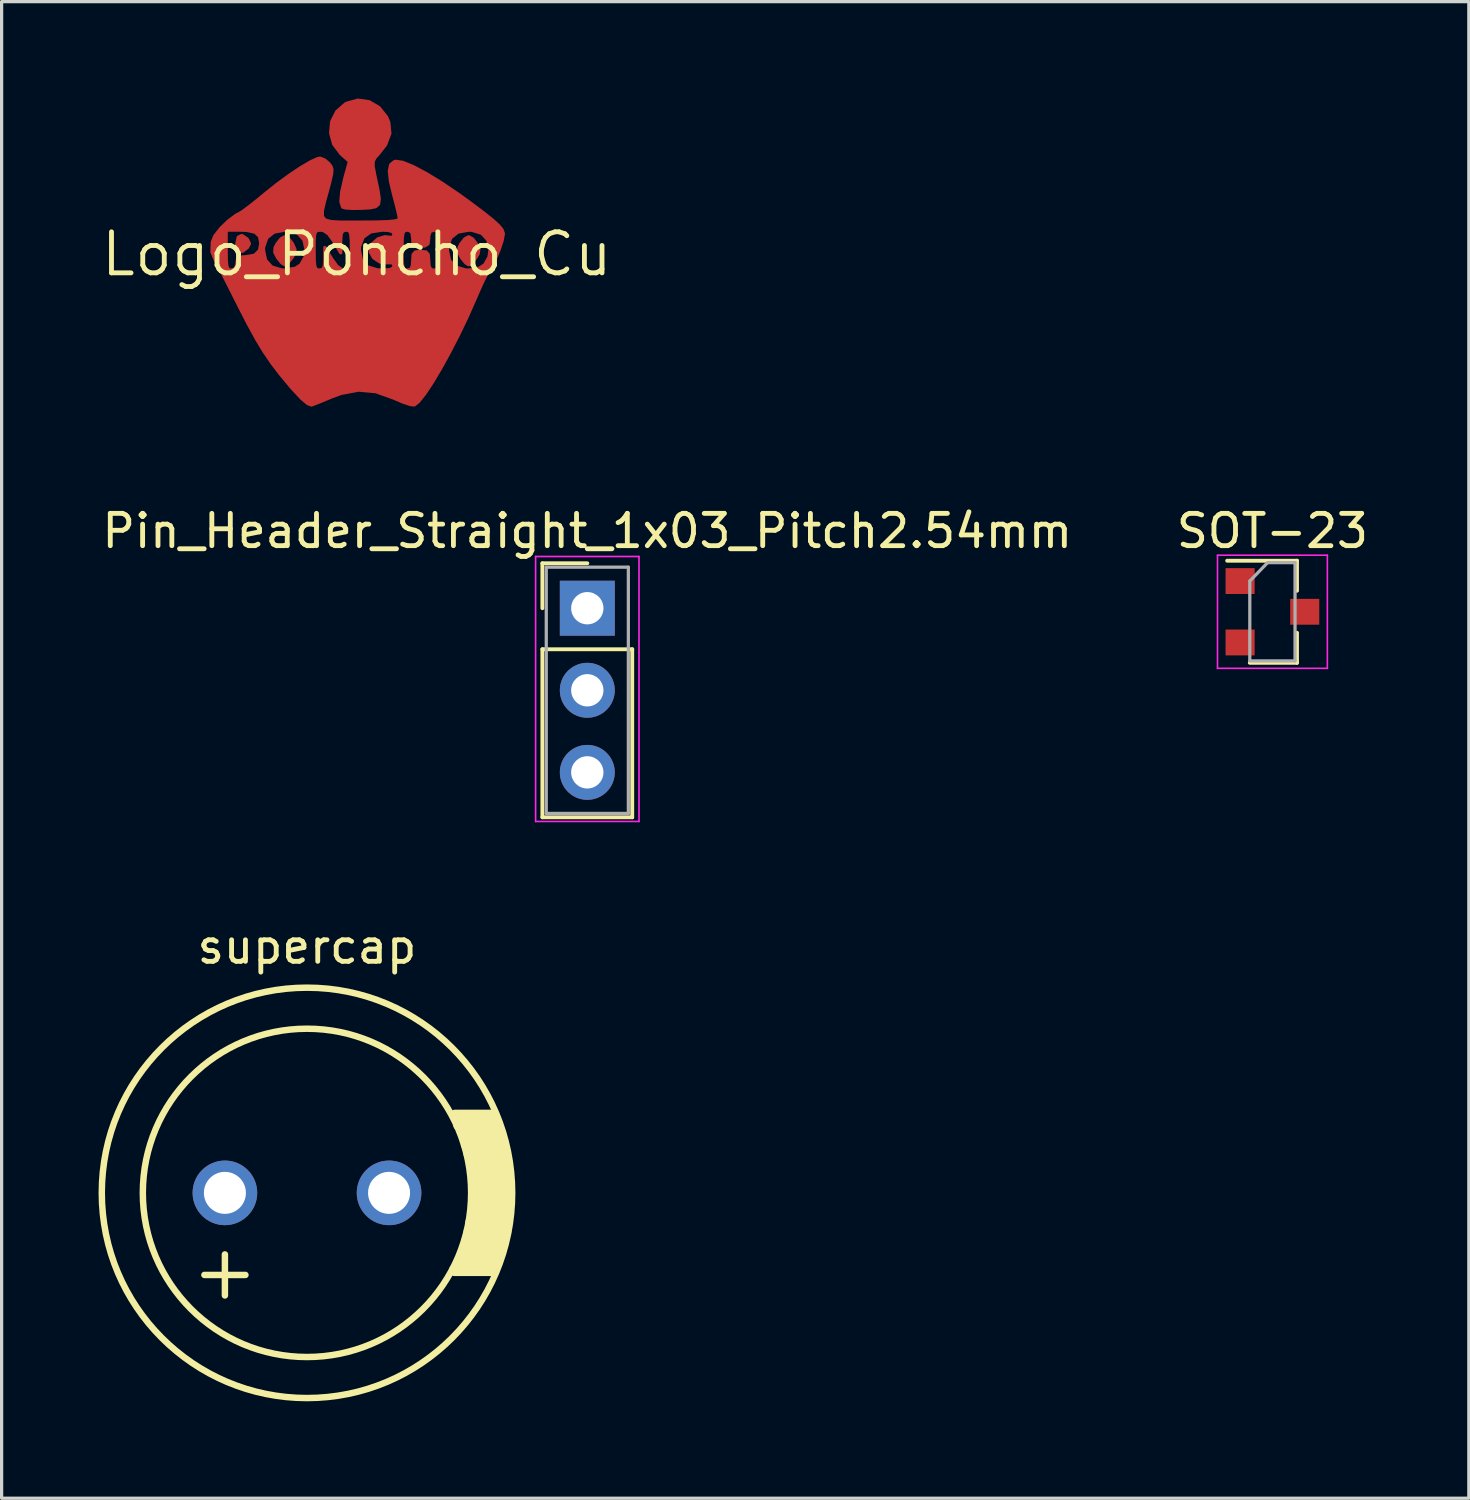
<source format=kicad_pcb>
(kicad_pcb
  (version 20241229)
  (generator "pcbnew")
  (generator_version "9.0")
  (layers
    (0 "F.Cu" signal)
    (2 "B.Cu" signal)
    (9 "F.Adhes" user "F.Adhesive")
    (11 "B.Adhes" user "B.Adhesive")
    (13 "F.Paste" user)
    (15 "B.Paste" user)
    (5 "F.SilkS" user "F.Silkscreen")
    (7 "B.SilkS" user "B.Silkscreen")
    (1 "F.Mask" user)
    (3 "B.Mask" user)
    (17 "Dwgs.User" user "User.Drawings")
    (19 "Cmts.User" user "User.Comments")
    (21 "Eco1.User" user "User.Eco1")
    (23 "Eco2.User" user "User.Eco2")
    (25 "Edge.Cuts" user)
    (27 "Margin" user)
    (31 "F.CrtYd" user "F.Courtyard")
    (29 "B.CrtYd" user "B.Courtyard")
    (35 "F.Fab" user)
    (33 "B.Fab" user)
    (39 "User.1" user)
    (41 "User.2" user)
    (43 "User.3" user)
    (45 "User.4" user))
  (footprint "Logo_Poncho_Cu"
    (layer "F.Cu")
    (at 7.99 4.814)
    (property "Reference" "Logo_Poncho_Cu" (at 0 0 0) (layer "F.SilkS") (effects (font (size 1.27 1.27) (thickness 0.15))))
    (attr through_hole)
    (fp_poly (pts (xy -3.32 -0.322) (xy -3.381 -0.206) (xy -3.538 -0.087) (xy -3.657 -0.123) (xy -3.71 -0.301) (xy -3.711 -0.33) (xy -3.667 -0.524) (xy -3.554 -0.576) (xy -3.4 -0.475) (xy -3.381 -0.454) (xy -3.32 -0.322)) (stroke (width 0.1) (type solid)) (fill yes) (layer "F.Cu"))
    (fp_poly (pts (xy -1.912 -0.147) (xy -1.935 -0.007) (xy -2.007 0.114) (xy -2.129 0.265) (xy -2.225 0.33) (xy -2.227 0.33) (xy -2.323 0.268) (xy -2.445 0.117) (xy -2.447 0.114) (xy -2.537 -0.057) (xy -2.527 -0.197) (xy -2.466 -0.319) (xy -2.343 -0.474) (xy -2.227 -0.536) (xy -2.106 -0.471) (xy -1.987 -0.319) (xy -1.912 -0.147)) (stroke (width 0.1) (type solid)) (fill yes) (layer "F.Cu"))
    (fp_poly (pts (xy 3.778 -0.147) (xy 3.755 -0.007) (xy 3.684 0.114) (xy 3.562 0.265) (xy 3.465 0.33) (xy 3.464 0.33) (xy 3.368 0.268) (xy 3.246 0.117) (xy 3.244 0.114) (xy 3.153 -0.057) (xy 3.164 -0.197) (xy 3.224 -0.319) (xy 3.347 -0.474) (xy 3.464 -0.536) (xy 3.584 -0.471) (xy 3.703 -0.319) (xy 3.778 -0.147)) (stroke (width 0.1) (type solid)) (fill yes) (layer "F.Cu"))
    (fp_poly (pts (xy 1.024 -3.736) (xy 0.895 -3.389) (xy 0.679 -3.112) (xy 0.563 -2.982) (xy 0.508 -2.87) (xy 0.506 -2.721) (xy 0.55 -2.483) (xy 0.574 -2.37) (xy 0.658 -1.973) (xy 0.696 -1.709) (xy 0.675 -1.55) (xy 0.584 -1.468) (xy 0.409 -1.433) (xy 0.161 -1.419) (xy -0.124 -1.415) (xy -0.34 -1.428) (xy -0.436 -1.454) (xy -0.49 -1.618) (xy -0.466 -1.924) (xy -0.365 -2.365) (xy -0.36 -2.384) (xy -0.225 -2.869) (xy -0.489 -3.104) (xy -0.714 -3.403) (xy -0.808 -3.747) (xy -0.776 -4.097) (xy -0.62 -4.411) (xy -0.347 -4.65) (xy -0.316 -4.667) (xy 0.034 -4.764) (xy 0.38 -4.716) (xy 0.687 -4.538) (xy 0.919 -4.248) (xy 0.99 -4.082) (xy 1.024 -3.736)) (stroke (width 0.1) (type solid)) (fill yes) (layer "F.Cu"))
    (fp_poly (pts (xy 4.536 -0.627) (xy 4.499 -0.42) (xy 4.405 -0.135) (xy 4.28 0.163) (xy 4.15 0.409) (xy 4.123 0.447) (xy 4.123 -0.124) (xy 4.058 -0.437) (xy 3.869 -0.644) (xy 3.565 -0.738) (xy 3.464 -0.742) (xy 3.13 -0.681) (xy 2.908 -0.504) (xy 2.809 -0.218) (xy 2.804 -0.124) (xy 2.869 0.19) (xy 3.058 0.397) (xy 3.363 0.49) (xy 3.464 0.495) (xy 3.798 0.436) (xy 3.958 0.33) (xy 4.092 0.092) (xy 4.123 -0.124) (xy 4.123 0.447) (xy 4.09 0.495) (xy 4.014 0.622) (xy 3.895 0.861) (xy 3.754 1.173) (xy 3.673 1.361) (xy 3.422 1.929) (xy 3.15 2.497) (xy 2.869 3.042) (xy 2.593 3.542) (xy 2.556 3.604) (xy 2.556 -0.124) (xy 2.553 -0.44) (xy 2.535 -0.625) (xy 2.494 -0.715) (xy 2.421 -0.741) (xy 2.392 -0.742) (xy 2.271 -0.703) (xy 2.228 -0.559) (xy 2.227 -0.495) (xy 2.206 -0.32) (xy 2.11 -0.255) (xy 1.979 -0.247) (xy 1.804 -0.268) (xy 1.739 -0.364) (xy 1.732 -0.495) (xy 1.706 -0.676) (xy 1.609 -0.74) (xy 1.567 -0.742) (xy 1.483 -0.728) (xy 1.433 -0.661) (xy 1.409 -0.508) (xy 1.402 -0.235) (xy 1.402 -0.124) (xy 1.406 0.193) (xy 1.424 0.378) (xy 1.464 0.467) (xy 1.537 0.494) (xy 1.567 0.495) (xy 1.681 0.463) (xy 1.726 0.336) (xy 1.732 0.206) (xy 1.746 0.012) (xy 1.816 -0.067) (xy 1.979 -0.082) (xy 2.145 -0.066) (xy 2.214 0.015) (xy 2.227 0.206) (xy 2.245 0.405) (xy 2.317 0.485) (xy 2.392 0.495) (xy 2.476 0.48) (xy 2.525 0.414) (xy 2.549 0.261) (xy 2.556 -0.012) (xy 2.556 -0.124) (xy 2.556 3.604) (xy 2.334 3.977) (xy 2.103 4.324) (xy 1.913 4.562) (xy 1.782 4.668) (xy 1.66 4.654) (xy 1.438 4.581) (xy 1.163 4.464) (xy 1.155 4.46) (xy 1.155 0.361) (xy 1.111 0.268) (xy 0.957 0.266) (xy 0.939 0.269) (xy 0.717 0.244) (xy 0.523 0.115) (xy 0.418 -0.071) (xy 0.412 -0.124) (xy 0.484 -0.319) (xy 0.658 -0.472) (xy 0.872 -0.537) (xy 0.95 -0.528) (xy 1.106 -0.515) (xy 1.154 -0.597) (xy 1.155 -0.61) (xy 1.114 -0.695) (xy 0.97 -0.735) (xy 0.783 -0.742) (xy 0.429 -0.687) (xy 0.198 -0.523) (xy 0.091 -0.25) (xy 0.082 -0.124) (xy 0.145 0.189) (xy 0.331 0.393) (xy 0.64 0.488) (xy 0.783 0.495) (xy 1.023 0.481) (xy 1.134 0.429) (xy 1.155 0.361) (xy 1.155 4.46) (xy 1.148 4.457) (xy 0.592 4.257) (xy 0.061 4.208) (xy -0.165 4.25) (xy -0.165 -0.124) (xy -0.169 -0.44) (xy -0.187 -0.625) (xy -0.227 -0.715) (xy -0.3 -0.741) (xy -0.33 -0.742) (xy -0.435 -0.716) (xy -0.484 -0.61) (xy -0.496 -0.392) (xy -0.496 -0.041) (xy -0.706 -0.392) (xy -0.874 -0.626) (xy -1.03 -0.73) (xy -1.118 -0.742) (xy -1.22 -0.734) (xy -1.281 -0.686) (xy -1.31 -0.564) (xy -1.319 -0.332) (xy -1.319 -0.124) (xy -1.316 0.193) (xy -1.298 0.378) (xy -1.257 0.467) (xy -1.184 0.494) (xy -1.155 0.495) (xy -1.049 0.469) (xy -1.001 0.362) (xy -0.989 0.144) (xy -0.988 -0.206) (xy -0.778 0.144) (xy -0.61 0.378) (xy -0.455 0.482) (xy -0.366 0.495) (xy -0.264 0.487) (xy -0.204 0.439) (xy -0.175 0.316) (xy -0.166 0.085) (xy -0.165 -0.124) (xy -0.165 4.25) (xy -0.482 4.309) (xy -0.783 4.42) (xy -1.059 4.536) (xy -1.286 4.627) (xy -1.402 4.67) (xy -1.519 4.625) (xy -1.567 4.584) (xy -1.567 -0.124) (xy -1.632 -0.437) (xy -1.821 -0.644) (xy -2.126 -0.738) (xy -2.227 -0.742) (xy -2.561 -0.681) (xy -2.782 -0.504) (xy -2.882 -0.218) (xy -2.886 -0.124) (xy -2.821 0.19) (xy -2.632 0.397) (xy -2.328 0.49) (xy -2.227 0.495) (xy -1.893 0.436) (xy -1.732 0.33) (xy -1.598 0.092) (xy -1.567 -0.124) (xy -1.567 4.584) (xy -1.717 4.455) (xy -1.986 4.167) (xy -2.062 4.079) (xy -2.37 3.707) (xy -2.632 3.363) (xy -2.87 3.013) (xy -2.969 2.85) (xy -2.969 -0.33) (xy -3.007 -0.546) (xy -3.14 -0.675) (xy -3.392 -0.734) (xy -3.604 -0.742) (xy -4.041 -0.742) (xy -4.041 -0.124) (xy -4.037 0.193) (xy -4.019 0.378) (xy -3.979 0.467) (xy -3.906 0.494) (xy -3.876 0.495) (xy -3.747 0.446) (xy -3.711 0.289) (xy -3.688 0.146) (xy -3.585 0.09) (xy -3.439 0.082) (xy -3.161 0.035) (xy -3.008 -0.115) (xy -2.969 -0.33) (xy -2.969 2.85) (xy -3.106 2.622) (xy -3.361 2.156) (xy -3.656 1.58) (xy -3.725 1.443) (xy -3.927 1.041) (xy -4.107 0.689) (xy -4.251 0.414) (xy -4.343 0.245) (xy -4.367 0.206) (xy -4.48 -0.062) (xy -4.47 -0.368) (xy -4.392 -0.562) (xy -4.212 -0.794) (xy -3.971 -1.027) (xy -3.73 -1.206) (xy -3.629 -1.257) (xy -3.516 -1.328) (xy -3.311 -1.482) (xy -3.047 -1.691) (xy -2.861 -1.845) (xy -2.478 -2.152) (xy -2.094 -2.434) (xy -1.736 -2.674) (xy -1.432 -2.853) (xy -1.211 -2.954) (xy -1.136 -2.969) (xy -0.993 -2.912) (xy -0.869 -2.807) (xy -0.799 -2.718) (xy -0.768 -2.621) (xy -0.779 -2.476) (xy -0.832 -2.242) (xy -0.897 -1.997) (xy -1.002 -1.615) (xy -1.064 -1.343) (xy -1.063 -1.164) (xy -0.98 -1.057) (xy -0.797 -1.006) (xy -0.494 -0.989) (xy -0.051 -0.989) (xy 0.124 -0.99) (xy 0.617 -0.993) (xy 0.964 -1.005) (xy 1.184 -1.026) (xy 1.295 -1.06) (xy 1.319 -1.094) (xy 1.299 -1.22) (xy 1.243 -1.457) (xy 1.165 -1.758) (xy 1.15 -1.809) (xy 1.043 -2.256) (xy 1.009 -2.57) (xy 1.049 -2.766) (xy 1.163 -2.86) (xy 1.209 -2.871) (xy 1.421 -2.84) (xy 1.74 -2.711) (xy 2.15 -2.494) (xy 2.633 -2.198) (xy 3.173 -1.832) (xy 3.525 -1.577) (xy 3.93 -1.272) (xy 4.215 -1.043) (xy 4.399 -0.874) (xy 4.5 -0.746) (xy 4.535 -0.644) (xy 4.536 -0.627)) (stroke (width 0.1) (type solid)) (fill yes) (layer "F.Cu")))
  (footprint "SOT-23"
    (layer "F.Cu")
    (at 36.327 15.882)
    (property "Reference" "SOT-23" (at 0 -2.5 0) (layer "F.SilkS") (effects (font (size 1 1) (thickness 0.15))))
    (attr smd)
    (fp_line (start 0.76 -1.58) (end -1.4 -1.58) (stroke (width 0.12) (type solid)) (layer "F.SilkS"))
    (fp_line (start 0.76 -1.58) (end 0.76 -0.65) (stroke (width 0.12) (type solid)) (layer "F.SilkS"))
    (fp_line (start 0.76 1.58) (end -0.7 1.58) (stroke (width 0.12) (type solid)) (layer "F.SilkS"))
    (fp_line (start 0.76 1.58) (end 0.76 0.65) (stroke (width 0.12) (type solid)) (layer "F.SilkS"))
    (fp_line (start -1.7 -1.75) (end 1.7 -1.75) (stroke (width 0.05) (type solid)) (layer "F.CrtYd"))
    (fp_line (start -1.7 1.75) (end -1.7 -1.75) (stroke (width 0.05) (type solid)) (layer "F.CrtYd"))
    (fp_line (start 1.7 -1.75) (end 1.7 1.75) (stroke (width 0.05) (type solid)) (layer "F.CrtYd"))
    (fp_line (start 1.7 1.75) (end -1.7 1.75) (stroke (width 0.05) (type solid)) (layer "F.CrtYd"))
    (fp_line (start -0.7 -0.95) (end -0.7 1.5) (stroke (width 0.1) (type solid)) (layer "F.Fab"))
    (fp_line (start -0.7 -0.95) (end -0.15 -1.52) (stroke (width 0.1) (type solid)) (layer "F.Fab"))
    (fp_line (start -0.7 1.52) (end 0.7 1.52) (stroke (width 0.1) (type solid)) (layer "F.Fab"))
    (fp_line (start -0.15 -1.52) (end 0.7 -1.52) (stroke (width 0.1) (type solid)) (layer "F.Fab"))
    (fp_line (start 0.7 -1.52) (end 0.7 1.52) (stroke (width 0.1) (type solid)) (layer "F.Fab"))
    (pad "1" smd rect (at -1 -0.95) (size 0.9 0.8) (layers "F.Cu" "F.Mask" "F.Paste"))
    (pad "2" smd rect (at -1 0.95) (size 0.9 0.8) (layers "F.Cu" "F.Mask" "F.Paste"))
    (pad "3" smd rect (at 1 0) (size 0.9 0.8) (layers "F.Cu" "F.Mask" "F.Paste")))
  (footprint "supercap"
    (layer "F.Cu")
    (at 3.91 33.865)
    (property "Reference" "supercap" (at 2.54 -7.62 0) (layer "F.SilkS") (effects (font (size 1 1) (thickness 0.15))))
    (attr through_hole)
    (fp_line (start -0.635 2.54) (end 0.635 2.54) (stroke (width 0.2) (type solid)) (layer "F.SilkS"))
    (fp_line (start 0 1.905) (end 0 3.175) (stroke (width 0.2) (type solid)) (layer "F.SilkS"))
    (fp_line (start 7.106 2.4) (end 8.319 2.4) (stroke (width 0.35) (type solid)) (layer "F.SilkS"))
    (fp_line (start 7.125 -2.4) (end 8.287 -2.4) (stroke (width 0.35) (type solid)) (layer "F.SilkS"))
    (fp_line (start 7.239 -2.1) (end 8.407 -2.1) (stroke (width 0.35) (type solid)) (layer "F.SilkS"))
    (fp_line (start 7.283 2.1) (end 8.401 2.1) (stroke (width 0.35) (type solid)) (layer "F.SilkS"))
    (fp_line (start 7.391 -1.8) (end 8.534 -1.8) (stroke (width 0.35) (type solid)) (layer "F.SilkS"))
    (fp_line (start 7.398 1.8) (end 8.522 1.8) (stroke (width 0.35) (type solid)) (layer "F.SilkS"))
    (fp_line (start 7.474 -1.5) (end 8.611 -1.5) (stroke (width 0.35) (type solid)) (layer "F.SilkS"))
    (fp_line (start 7.487 1.5) (end 8.598 1.5) (stroke (width 0.35) (type solid)) (layer "F.SilkS"))
    (fp_line (start 7.563 -1.2) (end 8.674 -1.2) (stroke (width 0.35) (type solid)) (layer "F.SilkS"))
    (fp_line (start 7.563 1.2) (end 8.687 1.2) (stroke (width 0.35) (type solid)) (layer "F.SilkS"))
    (fp_line (start 7.62 0.9) (end 8.712 0.9) (stroke (width 0.35) (type solid)) (layer "F.SilkS"))
    (fp_line (start 7.639 -0.9) (end 8.725 -0.9) (stroke (width 0.35) (type solid)) (layer "F.SilkS"))
    (fp_line (start 7.671 -0.6) (end 8.744 -0.6) (stroke (width 0.35) (type solid)) (layer "F.SilkS"))
    (fp_line (start 7.684 0.6) (end 8.738 0.6) (stroke (width 0.35) (type solid)) (layer "F.SilkS"))
    (fp_line (start 7.703 -0.3) (end 8.782 -0.3) (stroke (width 0.35) (type solid)) (layer "F.SilkS"))
    (fp_line (start 7.703 0.3) (end 8.769 0.3) (stroke (width 0.35) (type solid)) (layer "F.SilkS"))
    (fp_line (start 7.715 0) (end 8.782 0) (stroke (width 0.35) (type solid)) (layer "F.SilkS"))
    (fp_line (start 8.598 1.5) (end 8.585 1.5) (stroke (width 0.35) (type solid)) (layer "F.SilkS"))
    (fp_circle (center 2.54 0) (end -3.81 0) (stroke (width 0.2) (type solid)) (fill no) (layer "F.SilkS"))
    (fp_circle (center 2.54 0) (end -2.54 0) (stroke (width 0.2) (type solid)) (fill no) (layer "F.SilkS"))
    (pad "1" thru_hole circle (at 0 0) (size 2 2) (drill 1.3) (layers "*.Cu" "*.Mask"))
    (pad "2" thru_hole circle (at 5.08 0) (size 2 2) (drill 1.3) (layers "*.Cu" "*.Mask")))
  (footprint "Pin_Header_Straight_1x03_Pitch2.54mm"
    (layer "F.Cu")
    (at 15.125 15.772)
    (property "Reference" "Pin_Header_Straight_1x03_Pitch2.54mm" (at 0 -2.39 0) (layer "F.SilkS") (effects (font (size 1 1) (thickness 0.15))))
    (attr through_hole)
    (fp_line (start -1.39 -1.39) (end 0 -1.39) (stroke (width 0.12) (type solid)) (layer "F.SilkS"))
    (fp_line (start -1.39 0) (end -1.39 -1.39) (stroke (width 0.12) (type solid)) (layer "F.SilkS"))
    (fp_line (start -1.39 1.27) (end -1.39 6.47) (stroke (width 0.12) (type solid)) (layer "F.SilkS"))
    (fp_line (start -1.39 6.47) (end 1.39 6.47) (stroke (width 0.12) (type solid)) (layer "F.SilkS"))
    (fp_line (start 1.39 1.27) (end -1.39 1.27) (stroke (width 0.12) (type solid)) (layer "F.SilkS"))
    (fp_line (start 1.39 6.47) (end 1.39 1.27) (stroke (width 0.12) (type solid)) (layer "F.SilkS"))
    (fp_line (start -1.6 -1.6) (end -1.6 6.6) (stroke (width 0.05) (type solid)) (layer "F.CrtYd"))
    (fp_line (start -1.6 6.6) (end 1.6 6.6) (stroke (width 0.05) (type solid)) (layer "F.CrtYd"))
    (fp_line (start 1.6 -1.6) (end -1.6 -1.6) (stroke (width 0.05) (type solid)) (layer "F.CrtYd"))
    (fp_line (start 1.6 6.6) (end 1.6 -1.6) (stroke (width 0.05) (type solid)) (layer "F.CrtYd"))
    (fp_line (start -1.27 -1.27) (end -1.27 6.35) (stroke (width 0.1) (type solid)) (layer "F.Fab"))
    (fp_line (start -1.27 6.35) (end 1.27 6.35) (stroke (width 0.1) (type solid)) (layer "F.Fab"))
    (fp_line (start 1.27 -1.27) (end -1.27 -1.27) (stroke (width 0.1) (type solid)) (layer "F.Fab"))
    (fp_line (start 1.27 6.35) (end 1.27 -1.27) (stroke (width 0.1) (type solid)) (layer "F.Fab"))
    (pad "1" thru_hole rect (at 0 0) (size 1.7 1.7) (drill 1) (layers "*.Cu" "*.Mask"))
    (pad "2" thru_hole oval (at 0 2.54) (size 1.7 1.7) (drill 1) (layers "*.Cu" "*.Mask"))
    (pad "3" thru_hole oval (at 0 5.08) (size 1.7 1.7) (drill 1) (layers "*.Cu" "*.Mask")))
  (gr_rect
    (start -3 -3)
    (end 42.405 43.315)
    (stroke (width 0.1) (type default))
    (fill no)
    (layer "Edge.Cuts")))
</source>
